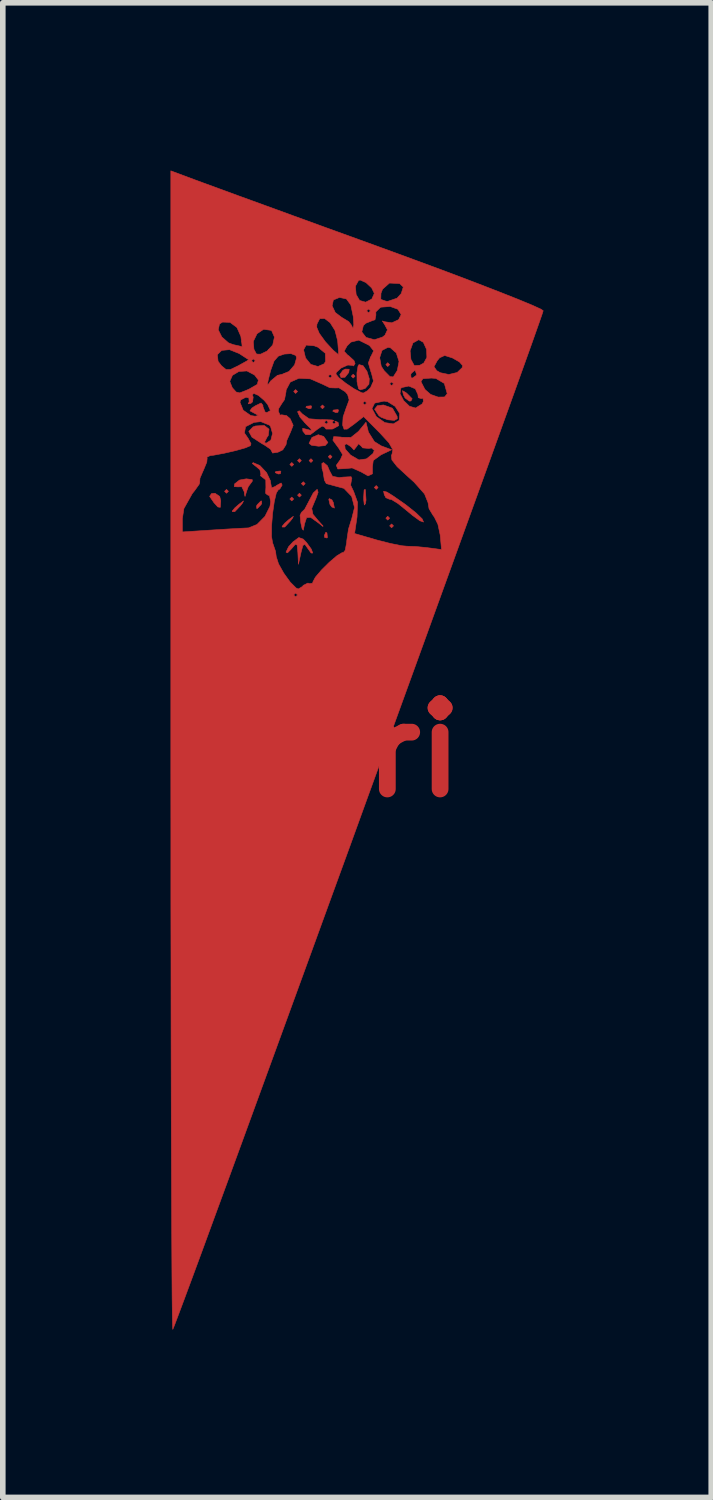
<source format=kicad_pcb>
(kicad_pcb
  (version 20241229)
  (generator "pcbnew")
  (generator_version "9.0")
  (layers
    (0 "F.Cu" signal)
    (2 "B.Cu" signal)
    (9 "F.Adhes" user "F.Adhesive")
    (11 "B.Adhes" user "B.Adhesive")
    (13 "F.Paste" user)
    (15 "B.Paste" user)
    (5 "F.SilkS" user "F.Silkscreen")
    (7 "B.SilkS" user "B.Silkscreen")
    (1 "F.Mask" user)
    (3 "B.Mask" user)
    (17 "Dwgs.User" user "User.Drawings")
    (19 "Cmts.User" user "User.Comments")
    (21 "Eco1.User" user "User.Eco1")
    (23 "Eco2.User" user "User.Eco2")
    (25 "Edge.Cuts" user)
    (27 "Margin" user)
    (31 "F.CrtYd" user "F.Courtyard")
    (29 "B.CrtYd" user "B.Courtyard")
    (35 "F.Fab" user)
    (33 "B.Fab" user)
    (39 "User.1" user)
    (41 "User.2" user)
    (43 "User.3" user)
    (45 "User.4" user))
  (footprint "kiri"
    (layer "F.Cu")
    (at 3.369 10.37)
    (property "Reference" "kiri" (at 0 0 0) (layer "F.Cu") (effects (font (size 1.524 1.524) (thickness 0.3))))
    (attr through_hole)
    (fp_poly (pts (xy -2.334 -4.634) (xy -2.368 -4.599) (xy -2.403 -4.634) (xy -2.368 -4.668) (xy -2.334 -4.634)) (stroke (width 0.01) (type solid)) (fill yes) (layer "F.Cu"))
    (fp_poly (pts (xy -1.167 -5.114) (xy -1.201 -5.08) (xy -1.236 -5.114) (xy -1.201 -5.149) (xy -1.167 -5.114)) (stroke (width 0.01) (type solid)) (fill yes) (layer "F.Cu"))
    (fp_poly (pts (xy -1.167 -4.496) (xy -1.201 -4.462) (xy -1.236 -4.496) (xy -1.201 -4.531) (xy -1.167 -4.496)) (stroke (width 0.01) (type solid)) (fill yes) (layer "F.Cu"))
    (fp_poly (pts (xy -1.098 -6.419) (xy -1.133 -6.384) (xy -1.167 -6.419) (xy -1.133 -6.453) (xy -1.098 -6.419)) (stroke (width 0.01) (type solid)) (fill yes) (layer "F.Cu"))
    (fp_poly (pts (xy -1.03 -5.183) (xy -1.064 -5.149) (xy -1.098 -5.183) (xy -1.064 -5.217) (xy -1.03 -5.183)) (stroke (width 0.01) (type solid)) (fill yes) (layer "F.Cu"))
    (fp_poly (pts (xy -1.03 -4.565) (xy -1.064 -4.531) (xy -1.098 -4.565) (xy -1.064 -4.599) (xy -1.03 -4.565)) (stroke (width 0.01) (type solid)) (fill yes) (layer "F.Cu"))
    (fp_poly (pts (xy -0.961 -4.771) (xy -0.995 -4.737) (xy -1.03 -4.771) (xy -0.995 -4.805) (xy -0.961 -4.771)) (stroke (width 0.01) (type solid)) (fill yes) (layer "F.Cu"))
    (fp_poly (pts (xy -0.824 -5.183) (xy -0.858 -5.149) (xy -0.892 -5.183) (xy -0.858 -5.217) (xy -0.824 -5.183)) (stroke (width 0.01) (type solid)) (fill yes) (layer "F.Cu"))
    (fp_poly (pts (xy -0.618 -6.144) (xy -0.652 -6.11) (xy -0.686 -6.144) (xy -0.652 -6.178) (xy -0.618 -6.144)) (stroke (width 0.01) (type solid)) (fill yes) (layer "F.Cu"))
    (fp_poly (pts (xy -0.481 -5.252) (xy -0.515 -5.217) (xy -0.549 -5.252) (xy -0.515 -5.286) (xy -0.481 -5.252)) (stroke (width 0.01) (type solid)) (fill yes) (layer "F.Cu"))
    (fp_poly (pts (xy -0.069 -6.693) (xy -0.103 -6.659) (xy -0.137 -6.693) (xy -0.103 -6.728) (xy -0.069 -6.693)) (stroke (width 0.01) (type solid)) (fill yes) (layer "F.Cu"))
    (fp_poly (pts (xy 0.343 -4.702) (xy 0.309 -4.668) (xy 0.275 -4.702) (xy 0.309 -4.737) (xy 0.343 -4.702)) (stroke (width 0.01) (type solid)) (fill yes) (layer "F.Cu"))
    (fp_poly (pts (xy 0.549 -6.899) (xy 0.515 -6.865) (xy 0.481 -6.899) (xy 0.515 -6.934) (xy 0.549 -6.899)) (stroke (width 0.01) (type solid)) (fill yes) (layer "F.Cu"))
    (fp_poly (pts (xy 0.549 -4.153) (xy 0.515 -4.119) (xy 0.481 -4.153) (xy 0.515 -4.188) (xy 0.549 -4.153)) (stroke (width 0.01) (type solid)) (fill yes) (layer "F.Cu"))
    (fp_poly (pts (xy 0.618 -4.016) (xy 0.584 -3.982) (xy 0.549 -4.016) (xy 0.584 -4.05) (xy 0.618 -4.016)) (stroke (width 0.01) (type solid)) (fill yes) (layer "F.Cu"))
    (fp_poly (pts (xy -1.396 -4.988) (xy -1.405 -4.948) (xy -1.442 -4.943) (xy -1.498 -4.968) (xy -1.487 -4.988) (xy -1.406 -4.997) (xy -1.396 -4.988)) (stroke (width 0.01) (type solid)) (fill yes) (layer "F.Cu"))
    (fp_poly (pts (xy -0.847 -6.155) (xy -0.856 -6.115) (xy -0.892 -6.11) (xy -0.949 -6.135) (xy -0.938 -6.155) (xy -0.857 -6.164) (xy -0.847 -6.155)) (stroke (width 0.01) (type solid)) (fill yes) (layer "F.Cu"))
    (fp_poly (pts (xy -0.572 -3.89) (xy -0.564 -3.809) (xy -0.572 -3.799) (xy -0.613 -3.808) (xy -0.618 -3.844) (xy -0.593 -3.901) (xy -0.572 -3.89)) (stroke (width 0.01) (type solid)) (fill yes) (layer "F.Cu"))
    (fp_poly (pts (xy -0.366 -6.087) (xy -0.376 -6.046) (xy -0.412 -6.041) (xy -0.468 -6.066) (xy -0.458 -6.087) (xy -0.376 -6.095) (xy -0.366 -6.087)) (stroke (width 0.01) (type solid)) (fill yes) (layer "F.Cu"))
    (fp_poly (pts (xy -0.483 -4.481) (xy -0.457 -4.431) (xy -0.439 -4.334) (xy -0.485 -4.353) (xy -0.518 -4.398) (xy -0.539 -4.488) (xy -0.53 -4.504) (xy -0.483 -4.481)) (stroke (width 0.01) (type solid)) (fill yes) (layer "F.Cu"))
    (fp_poly (pts (xy -0.174 -6.817) (xy -0.182 -6.758) (xy -0.249 -6.674) (xy -0.32 -6.667) (xy -0.343 -6.72) (xy -0.289 -6.796) (xy -0.244 -6.82) (xy -0.174 -6.817)) (stroke (width 0.01) (type solid)) (fill yes) (layer "F.Cu"))
    (fp_poly (pts (xy -2.49 -4.542) (xy -2.471 -4.462) (xy -2.479 -4.347) (xy -2.523 -4.354) (xy -2.591 -4.428) (xy -2.67 -4.543) (xy -2.636 -4.594) (xy -2.574 -4.599) (xy -2.49 -4.542)) (stroke (width 0.01) (type solid)) (fill yes) (layer "F.Cu"))
    (fp_poly (pts (xy -2.081 -4.426) (xy -2.119 -4.376) (xy -2.22 -4.27) (xy -2.264 -4.27) (xy -2.265 -4.282) (xy -2.218 -4.339) (xy -2.145 -4.402) (xy -2.064 -4.462) (xy -2.081 -4.426)) (stroke (width 0.01) (type solid)) (fill yes) (layer "F.Cu"))
    (fp_poly (pts (xy -1.738 -4.418) (xy -1.751 -4.394) (xy -1.815 -4.328) (xy -1.827 -4.325) (xy -1.832 -4.369) (xy -1.819 -4.394) (xy -1.755 -4.459) (xy -1.742 -4.462) (xy -1.738 -4.418)) (stroke (width 0.01) (type solid)) (fill yes) (layer "F.Cu"))
    (fp_poly (pts (xy -1.189 -4.151) (xy -1.227 -4.102) (xy -1.327 -3.995) (xy -1.372 -3.995) (xy -1.373 -4.008) (xy -1.326 -4.065) (xy -1.253 -4.128) (xy -1.172 -4.187) (xy -1.189 -4.151)) (stroke (width 0.01) (type solid)) (fill yes) (layer "F.Cu"))
    (fp_poly (pts (xy -0.63 -5.614) (xy -0.555 -5.506) (xy -0.605 -5.451) (xy -0.721 -5.44) (xy -0.85 -5.458) (xy -0.892 -5.492) (xy -0.84 -5.597) (xy -0.727 -5.646) (xy -0.63 -5.614)) (stroke (width 0.01) (type solid)) (fill yes) (layer "F.Cu"))
    (fp_poly (pts (xy 0.116 -4.651) (xy 0.127 -4.477) (xy 0.116 -4.411) (xy 0.096 -4.389) (xy 0.085 -4.484) (xy 0.085 -4.531) (xy 0.092 -4.656) (xy 0.11 -4.67) (xy 0.116 -4.651)) (stroke (width 0.01) (type solid)) (fill yes) (layer "F.Cu"))
    (fp_poly (pts (xy 0.836 -6.402) (xy 0.857 -6.386) (xy 0.952 -6.289) (xy 0.93 -6.249) (xy 0.9 -6.247) (xy 0.826 -6.302) (xy 0.795 -6.36) (xy 0.778 -6.434) (xy 0.836 -6.402)) (stroke (width 0.01) (type solid)) (fill yes) (layer "F.Cu"))
    (fp_poly (pts (xy 0.599 -6.12) (xy 0.683 -5.974) (xy 0.686 -5.932) (xy 0.633 -5.902) (xy 0.516 -5.913) (xy 0.396 -5.958) (xy 0.357 -5.986) (xy 0.28 -6.102) (xy 0.33 -6.165) (xy 0.439 -6.178) (xy 0.599 -6.12)) (stroke (width 0.01) (type solid)) (fill yes) (layer "F.Cu"))
    (fp_poly (pts (xy 0.073 -6.881) (xy 0.144 -6.779) (xy 0.185 -6.646) (xy 0.179 -6.551) (xy 0.11 -6.472) (xy 0.023 -6.448) (xy -0.008 -6.47) (xy -0.034 -6.594) (xy -0.036 -6.752) (xy -0.016 -6.874) (xy 0.001 -6.9) (xy 0.073 -6.881)) (stroke (width 0.01) (type solid)) (fill yes) (layer "F.Cu"))
    (fp_poly (pts (xy -1.908 -4.843) (xy -1.907 -4.814) (xy -1.979 -4.717) (xy -2.009 -4.634) (xy -2.037 -4.542) (xy -2.048 -4.582) (xy -2.051 -4.624) (xy -2.096 -4.716) (xy -2.159 -4.713) (xy -2.229 -4.717) (xy -2.224 -4.766) (xy -2.136 -4.835) (xy -2.014 -4.857) (xy -1.908 -4.843)) (stroke (width 0.01) (type solid)) (fill yes) (layer "F.Cu"))
    (fp_poly (pts (xy 0.499 -4.621) (xy 0.606 -4.555) (xy 0.833 -4.397) (xy 1.016 -4.252) (xy 1.131 -4.141) (xy 1.155 -4.084) (xy 1.09 -4.107) (xy 0.96 -4.201) (xy 0.857 -4.287) (xy 0.699 -4.415) (xy 0.581 -4.487) (xy 0.543 -4.493) (xy 0.482 -4.519) (xy 0.453 -4.573) (xy 0.441 -4.635) (xy 0.499 -4.621)) (stroke (width 0.01) (type solid)) (fill yes) (layer "F.Cu"))
    (fp_poly (pts (xy -0.996 -3.779) (xy -0.938 -3.719) (xy -0.851 -3.599) (xy -0.826 -3.53) (xy -0.855 -3.53) (xy -0.909 -3.604) (xy -0.968 -3.688) (xy -1.003 -3.664) (xy -1.037 -3.535) (xy -1.082 -3.329) (xy -1.092 -3.535) (xy -1.105 -3.672) (xy -1.137 -3.687) (xy -1.204 -3.608) (xy -1.278 -3.533) (xy -1.304 -3.546) (xy -1.258 -3.643) (xy -1.178 -3.731) (xy -1.075 -3.807) (xy -0.996 -3.779)) (stroke (width 0.01) (type solid)) (fill yes) (layer "F.Cu"))
    (fp_poly (pts (xy -0.73 -4.616) (xy -0.775 -4.49) (xy -0.784 -4.473) (xy -0.844 -4.328) (xy -0.823 -4.224) (xy -0.734 -4.116) (xy -0.642 -4.014) (xy -0.644 -4.004) (xy -0.726 -4.07) (xy -0.864 -4.168) (xy -0.936 -4.163) (xy -0.973 -4.05) (xy -0.976 -4.033) (xy -0.995 -3.938) (xy -1.016 -3.964) (xy -1.039 -4.067) (xy -1.053 -4.203) (xy -1.029 -4.256) (xy -0.97 -4.313) (xy -0.898 -4.45) (xy -0.892 -4.462) (xy -0.817 -4.604) (xy -0.749 -4.668) (xy -0.745 -4.668) (xy -0.73 -4.616)) (stroke (width 0.01) (type solid)) (fill yes) (layer "F.Cu"))
    (fp_poly (pts (xy -1.011 -6.016) (xy -0.891 -5.931) (xy -0.686 -5.915) (xy -0.657 -5.917) (xy -0.478 -5.91) (xy -0.451 -5.899) (xy -0.481 -5.869) (xy -0.446 -5.835) (xy -0.412 -5.869) (xy -0.434 -5.891) (xy -0.373 -5.867) (xy -0.361 -5.808) (xy -0.463 -5.752) (xy -0.478 -5.747) (xy -0.588 -5.747) (xy -0.618 -5.784) (xy -0.659 -5.8) (xy -0.743 -5.743) (xy -0.872 -5.645) (xy -0.954 -5.649) (xy -1.003 -5.71) (xy -1.006 -5.76) (xy -0.921 -5.74) (xy -0.845 -5.718) (xy -0.866 -5.758) (xy -0.944 -5.834) (xy -0.975 -5.869) (xy -0.618 -5.869) (xy -0.584 -5.835) (xy -0.549 -5.869) (xy -0.584 -5.904) (xy -0.618 -5.869) (xy -0.975 -5.869) (xy -1.054 -5.96) (xy -1.098 -6.057) (xy -1.067 -6.074) (xy -1.011 -6.016)) (stroke (width 0.01) (type solid)) (fill yes) (layer "F.Cu"))
    (fp_poly (pts (xy 0.17 -5.692) (xy 0.276 -5.523) (xy 0.399 -5.446) (xy 0.584 -5.377) (xy 0.394 -5.286) (xy 0.256 -5.185) (xy 0.242 -5.074) (xy 0.242 -4.947) (xy 0.163 -4.91) (xy 0.043 -4.978) (xy -0.122 -5.052) (xy -0.237 -5.04) (xy -0.378 -5.033) (xy -0.405 -5.099) (xy -0.331 -5.202) (xy -0.292 -5.291) (xy -0.362 -5.406) (xy -0.365 -5.41) (xy -0.407 -5.467) (xy -0.254 -5.467) (xy -0.246 -5.391) (xy -0.152 -5.284) (xy -0.148 -5.281) (xy -0.000364 -5.195) (xy 0.129 -5.213) (xy 0.144 -5.221) (xy 0.249 -5.307) (xy 0.275 -5.364) (xy 0.225 -5.409) (xy 0.176 -5.4) (xy 0.068 -5.41) (xy 0.039 -5.444) (xy -0.008 -5.484) (xy -0.043 -5.433) (xy -0.09 -5.374) (xy -0.142 -5.431) (xy -0.219 -5.482) (xy -0.254 -5.467) (xy -0.407 -5.467) (xy -0.466 -5.548) (xy -0.451 -5.612) (xy -0.321 -5.604) (xy -0.305 -5.6) (xy -0.142 -5.598) (xy -0.007 -5.706) (xy -0.002 -5.713) (xy 0.126 -5.869) (xy 0.17 -5.692)) (stroke (width 0.01) (type solid)) (fill yes) (layer "F.Cu"))
    (fp_poly (pts (xy -2.935 -10.205) (xy -2.78 -10.148) (xy -2.512 -10.05) (xy -2.147 -9.916) (xy -1.698 -9.753) (xy -1.183 -9.565) (xy -0.617 -9.359) (xy -0.015 -9.141) (xy 0.395 -8.992) (xy 0.993 -8.773) (xy 1.55 -8.567) (xy 2.052 -8.377) (xy 2.487 -8.209) (xy 2.841 -8.069) (xy 3.102 -7.961) (xy 3.257 -7.89) (xy 3.295 -7.863) (xy 3.272 -7.791) (xy 3.205 -7.599) (xy 3.098 -7.296) (xy 2.953 -6.891) (xy 2.774 -6.392) (xy 2.564 -5.809) (xy 2.327 -5.151) (xy 2.065 -4.427) (xy 1.782 -3.645) (xy 1.481 -2.814) (xy 1.166 -1.944) (xy 0.839 -1.043) (xy 0.504 -0.12) (xy 0.163 0.816) (xy -0.178 1.757) (xy -0.519 2.692) (xy -0.854 3.613) (xy -1.182 4.512) (xy -1.498 5.379) (xy -1.8 6.206) (xy -2.084 6.984) (xy -2.347 7.703) (xy -2.586 8.354) (xy -2.797 8.93) (xy -2.978 9.421) (xy -3.125 9.817) (xy -3.235 10.111) (xy -3.304 10.293) (xy -3.329 10.354) (xy -3.333 10.291) (xy -3.337 10.098) (xy -3.341 9.782) (xy -3.344 9.351) (xy -3.347 8.813) (xy -3.35 8.175) (xy -3.353 7.444) (xy -3.356 6.628) (xy -3.358 5.734) (xy -3.36 4.77) (xy -3.361 3.743) (xy -3.363 2.66) (xy -3.363 1.53) (xy -3.364 0.359) (xy -3.364 0.012) (xy -3.364 -2.78) (xy -1.167 -2.78) (xy -1.133 -2.746) (xy -1.098 -2.78) (xy -1.133 -2.815) (xy -1.167 -2.78) (xy -3.364 -2.78) (xy -3.364 -4.145) (xy -3.158 -4.145) (xy -3.158 -3.907) (xy -2.626 -3.942) (xy -2.355 -3.959) (xy -2.128 -3.972) (xy -1.988 -3.979) (xy -1.976 -3.979) (xy -1.823 -4.041) (xy -1.68 -4.186) (xy -1.591 -4.365) (xy -1.579 -4.445) (xy -1.599 -4.555) (xy -1.638 -4.571) (xy -1.67 -4.599) (xy -1.664 -4.705) (xy -1.666 -4.838) (xy -1.712 -4.874) (xy -1.762 -4.913) (xy -1.753 -4.938) (xy -1.771 -5.019) (xy -1.835 -5.074) (xy -1.906 -5.13) (xy -1.893 -5.147) (xy -1.772 -5.095) (xy -1.652 -4.968) (xy -1.583 -4.822) (xy -1.579 -4.786) (xy -1.562 -4.695) (xy -1.492 -4.723) (xy -1.476 -4.737) (xy -1.391 -4.783) (xy -1.373 -4.745) (xy -1.417 -4.672) (xy -1.436 -4.668) (xy -1.477 -4.606) (xy -1.514 -4.449) (xy -1.544 -4.239) (xy -1.562 -4.017) (xy -1.563 -3.825) (xy -1.543 -3.706) (xy -1.539 -3.699) (xy -1.491 -3.559) (xy -1.479 -3.465) (xy -1.438 -3.337) (xy -1.344 -3.169) (xy -1.229 -3.01) (xy -1.124 -2.905) (xy -1.085 -2.887) (xy -1.01 -2.932) (xy -0.995 -2.953) (xy -0.912 -2.993) (xy -0.888 -2.983) (xy -0.828 -2.991) (xy -0.824 -3.013) (xy -0.779 -3.098) (xy -0.669 -3.227) (xy -0.529 -3.366) (xy -0.393 -3.482) (xy -0.298 -3.539) (xy -0.279 -3.538) (xy -0.246 -3.579) (xy -0.22 -3.716) (xy -0.217 -3.756) (xy -0.187 -3.958) (xy -0.138 -4.117) (xy -0.134 -4.124) (xy -0.079 -4.343) (xy -0.13 -4.543) (xy -0.268 -4.686) (xy -0.457 -4.737) (xy -0.584 -4.772) (xy -0.618 -4.834) (xy -0.642 -4.985) (xy -0.66 -5.04) (xy -0.663 -5.132) (xy -0.633 -5.149) (xy -0.564 -5.091) (xy -0.527 -5.003) (xy -0.473 -4.902) (xy -0.356 -4.88) (xy -0.277 -4.888) (xy -0.14 -4.895) (xy -0.126 -4.858) (xy -0.131 -4.853) (xy -0.149 -4.744) (xy -0.094 -4.629) (xy -0.025 -4.438) (xy -0.034 -4.175) (xy -0.078 -3.879) (xy 0.321 -3.763) (xy 0.56 -3.702) (xy 0.762 -3.661) (xy 0.858 -3.652) (xy 1.021 -3.646) (xy 1.227 -3.626) (xy 1.236 -3.624) (xy 1.477 -3.592) (xy 1.453 -3.853) (xy 1.412 -4.044) (xy 1.345 -4.18) (xy 1.332 -4.193) (xy 1.254 -4.322) (xy 1.236 -4.43) (xy 1.173 -4.587) (xy 0.987 -4.797) (xy 0.878 -4.895) (xy 0.684 -5.074) (xy 0.589 -5.195) (xy 0.58 -5.278) (xy 0.591 -5.296) (xy 0.606 -5.378) (xy 0.537 -5.5) (xy 0.373 -5.679) (xy 0.084 -5.97) (xy -0.09 -5.833) (xy -0.211 -5.746) (xy -0.266 -5.745) (xy -0.292 -5.817) (xy -0.283 -5.965) (xy -0.232 -6.113) (xy 0.233 -6.113) (xy 0.311 -5.97) (xy 0.313 -5.968) (xy 0.462 -5.863) (xy 0.615 -5.839) (xy 0.72 -5.902) (xy 0.728 -6.026) (xy 0.647 -6.153) (xy 0.513 -6.237) (xy 0.448 -6.247) (xy 0.281 -6.211) (xy 0.233 -6.113) (xy -0.232 -6.113) (xy -0.229 -6.122) (xy -0.195 -6.213) (xy 0.069 -6.213) (xy 0.103 -6.178) (xy 0.137 -6.213) (xy 0.103 -6.247) (xy 0.069 -6.213) (xy -0.195 -6.213) (xy -0.175 -6.268) (xy -0.203 -6.366) (xy -0.215 -6.379) (xy 0.735 -6.379) (xy 0.799 -6.257) (xy 0.904 -6.155) (xy 1.013 -6.123) (xy 1.013 -6.123) (xy 1.128 -6.195) (xy 1.153 -6.239) (xy 1.146 -6.3) (xy 1.115 -6.292) (xy 1.061 -6.308) (xy 1.055 -6.365) (xy 1.008 -6.467) (xy 0.891 -6.516) (xy 0.769 -6.49) (xy 0.748 -6.474) (xy 0.735 -6.379) (xy -0.215 -6.379) (xy -0.246 -6.415) (xy -0.357 -6.484) (xy -0.42 -6.482) (xy -0.52 -6.486) (xy -0.653 -6.55) (xy -0.87 -6.645) (xy -1.074 -6.655) (xy -1.229 -6.586) (xy -1.302 -6.447) (xy -1.304 -6.415) (xy -1.331 -6.273) (xy -1.373 -6.213) (xy -1.435 -6.114) (xy -1.442 -6.067) (xy -1.411 -5.997) (xy -1.381 -6.002) (xy -1.294 -5.988) (xy -1.23 -5.932) (xy -1.176 -5.814) (xy -1.223 -5.693) (xy -1.289 -5.546) (xy -1.304 -5.467) (xy -1.362 -5.375) (xy -1.448 -5.333) (xy -1.545 -5.318) (xy -1.553 -5.335) (xy -1.581 -5.387) (xy -1.699 -5.467) (xy -1.731 -5.484) (xy -1.914 -5.603) (xy -1.97 -5.706) (xy -1.895 -5.785) (xy -1.85 -5.802) (xy -1.694 -5.812) (xy -1.608 -5.745) (xy -1.621 -5.632) (xy -1.645 -5.598) (xy -1.688 -5.513) (xy -1.663 -5.492) (xy -1.576 -5.547) (xy -1.545 -5.668) (xy -1.581 -5.795) (xy -1.6 -5.817) (xy -1.755 -5.88) (xy -1.877 -5.866) (xy -2.027 -5.79) (xy -2.048 -5.677) (xy -1.978 -5.575) (xy -1.93 -5.484) (xy -1.941 -5.45) (xy -2.028 -5.412) (xy -2.2 -5.363) (xy -2.408 -5.315) (xy -2.601 -5.279) (xy -2.66 -5.272) (xy -2.72 -5.245) (xy -2.714 -5.231) (xy -2.721 -5.156) (xy -2.779 -5.015) (xy -2.785 -5.003) (xy -2.843 -4.869) (xy -2.848 -4.806) (xy -2.845 -4.805) (xy -2.857 -4.76) (xy -2.939 -4.645) (xy -2.98 -4.594) (xy -3.13 -4.326) (xy -3.158 -4.145) (xy -3.364 -4.145) (xy -3.364 -6.226) (xy -2.128 -6.226) (xy -2.07 -6.084) (xy -1.935 -5.989) (xy -1.857 -5.977) (xy -1.796 -5.99) (xy -1.862 -6.026) (xy -1.87 -6.03) (xy -1.949 -6.073) (xy -1.914 -6.123) (xy -1.853 -6.163) (xy -1.75 -6.213) (xy -1.717 -6.172) (xy -1.716 -6.145) (xy -1.679 -6.053) (xy -1.648 -6.041) (xy -1.583 -6.078) (xy -1.633 -6.187) (xy -1.693 -6.259) (xy -1.796 -6.348) (xy -1.88 -6.385) (xy -1.908 -6.358) (xy -1.891 -6.32) (xy -1.902 -6.234) (xy -1.932 -6.207) (xy -1.98 -6.198) (xy -1.963 -6.236) (xy -1.969 -6.304) (xy -2.021 -6.316) (xy -2.115 -6.269) (xy -2.128 -6.226) (xy -3.364 -6.226) (xy -3.364 -6.6) (xy -2.31 -6.6) (xy -2.265 -6.487) (xy -2.195 -6.409) (xy -2.131 -6.394) (xy -2.016 -6.439) (xy -1.96 -6.464) (xy -1.842 -6.532) (xy -1.639 -6.532) (xy -1.606 -6.565) (xy -1.579 -6.607) (xy -1.475 -6.693) (xy -0.549 -6.693) (xy -0.515 -6.659) (xy -0.481 -6.693) (xy -0.515 -6.728) (xy -0.549 -6.693) (xy -1.475 -6.693) (xy -1.457 -6.707) (xy -1.372 -6.728) (xy -1.363 -6.731) (xy -0.412 -6.731) (xy -0.36 -6.666) (xy -0.235 -6.567) (xy -0.086 -6.467) (xy 0.042 -6.4) (xy 0.077 -6.39) (xy 0.151 -6.431) (xy 0.208 -6.489) (xy 0.238 -6.556) (xy 0.549 -6.556) (xy 0.584 -6.522) (xy 0.618 -6.556) (xy 0.584 -6.59) (xy 0.549 -6.556) (xy 0.238 -6.556) (xy 0.256 -6.595) (xy 1.109 -6.595) (xy 1.175 -6.466) (xy 1.184 -6.452) (xy 1.283 -6.366) (xy 1.416 -6.319) (xy 1.532 -6.321) (xy 1.579 -6.379) (xy 1.527 -6.563) (xy 1.377 -6.652) (xy 1.297 -6.659) (xy 1.144 -6.648) (xy 1.109 -6.595) (xy 0.256 -6.595) (xy 0.26 -6.604) (xy 0.222 -6.754) (xy 0.214 -6.772) (xy 0.168 -6.929) (xy 0.204 -7.024) (xy 0.371 -7.024) (xy 0.399 -6.87) (xy 0.451 -6.791) (xy 0.555 -6.685) (xy 0.614 -6.68) (xy 0.644 -6.728) (xy 0.927 -6.728) (xy 0.932 -6.664) (xy 0.957 -6.659) (xy 1.027 -6.709) (xy 1.03 -6.728) (xy 1.006 -6.794) (xy 0.999 -6.796) (xy 0.941 -6.748) (xy 0.927 -6.728) (xy 0.644 -6.728) (xy 0.677 -6.779) (xy 0.686 -6.796) (xy 0.699 -6.862) (xy 1.342 -6.862) (xy 1.392 -6.791) (xy 1.454 -6.755) (xy 1.608 -6.723) (xy 1.757 -6.759) (xy 1.847 -6.846) (xy 1.854 -6.883) (xy 1.798 -6.947) (xy 1.674 -7.018) (xy 1.533 -7.063) (xy 1.442 -7.021) (xy 1.399 -6.968) (xy 1.342 -6.862) (xy 0.699 -6.862) (xy 0.717 -6.956) (xy 0.668 -7.109) (xy 0.625 -7.146) (xy 0.915 -7.146) (xy 0.93 -6.992) (xy 0.99 -6.882) (xy 1.088 -6.888) (xy 1.159 -6.927) (xy 1.215 -7.028) (xy 1.209 -7.172) (xy 1.152 -7.298) (xy 1.07 -7.345) (xy 0.966 -7.287) (xy 0.915 -7.146) (xy 0.625 -7.146) (xy 0.562 -7.201) (xy 0.517 -7.208) (xy 0.413 -7.154) (xy 0.371 -7.024) (xy 0.204 -7.024) (xy 0.211 -7.043) (xy 0.218 -7.052) (xy 0.263 -7.146) (xy 0.195 -7.233) (xy 0.173 -7.25) (xy -0.003 -7.337) (xy -0.143 -7.302) (xy -0.211 -7.236) (xy -0.265 -7.139) (xy -0.202 -7.07) (xy -0.186 -7.061) (xy -0.088 -6.971) (xy -0.069 -6.919) (xy -0.096 -6.875) (xy -0.112 -6.885) (xy -0.199 -6.892) (xy -0.318 -6.839) (xy -0.403 -6.761) (xy -0.412 -6.731) (xy -1.363 -6.731) (xy -1.25 -6.778) (xy -1.151 -6.894) (xy -1.115 -7.02) (xy -1.128 -7.063) (xy -1.215 -7.096) (xy -1.335 -7.088) (xy -1.443 -7.05) (xy -1.518 -6.963) (xy -1.579 -6.795) (xy -1.622 -6.625) (xy -1.639 -6.532) (xy -1.842 -6.532) (xy -1.818 -6.546) (xy -1.798 -6.624) (xy -1.867 -6.714) (xy -2.003 -6.786) (xy -2.147 -6.777) (xy -2.262 -6.708) (xy -2.31 -6.6) (xy -3.364 -6.6) (xy -3.364 -7.078) (xy -2.532 -7.078) (xy -2.519 -6.959) (xy -2.458 -6.879) (xy -2.378 -6.813) (xy -2.296 -6.813) (xy -2.157 -6.88) (xy -2.134 -6.893) (xy -1.999 -6.968) (xy -1.922 -6.968) (xy -1.888 -6.934) (xy -1.854 -6.968) (xy -1.888 -7.002) (xy -1.922 -6.968) (xy -1.999 -6.968) (xy -1.969 -6.985) (xy -2.142 -7.098) (xy -2.315 -7.167) (xy -2.454 -7.154) (xy -2.532 -7.078) (xy -3.364 -7.078) (xy -3.364 -7.522) (xy -2.516 -7.522) (xy -2.452 -7.394) (xy -2.333 -7.289) (xy -2.248 -7.257) (xy -2.126 -7.23) (xy -2.089 -7.217) (xy -2.093 -7.269) (xy -2.1 -7.314) (xy -1.889 -7.314) (xy -1.878 -7.174) (xy -1.832 -7.088) (xy -1.759 -7.086) (xy -1.643 -7.142) (xy -1.621 -7.165) (xy -0.99 -7.165) (xy -0.955 -7.019) (xy -0.862 -6.904) (xy -0.733 -6.866) (xy -0.623 -6.914) (xy -0.597 -6.957) (xy -0.601 -7.102) (xy -0.734 -7.211) (xy -0.801 -7.236) (xy -0.944 -7.249) (xy -0.99 -7.165) (xy -1.621 -7.165) (xy -1.542 -7.25) (xy -1.511 -7.392) (xy -1.56 -7.504) (xy -1.573 -7.513) (xy -1.705 -7.531) (xy -1.822 -7.452) (xy -1.889 -7.314) (xy -2.1 -7.314) (xy -2.112 -7.407) (xy -2.113 -7.408) (xy -2.181 -7.562) (xy -2.187 -7.567) (xy -0.755 -7.567) (xy -0.71 -7.46) (xy -0.599 -7.307) (xy -0.46 -7.157) (xy -0.367 -7.078) (xy -0.366 -7.134) (xy -0.377 -7.28) (xy -0.381 -7.326) (xy -0.421 -7.484) (xy 0.051 -7.484) (xy 0.127 -7.386) (xy 0.275 -7.345) (xy 0.419 -7.391) (xy 0.465 -7.426) (xy 0.51 -7.522) (xy 0.462 -7.611) (xy 0.418 -7.68) (xy 0.457 -7.667) (xy 0.588 -7.647) (xy 0.709 -7.703) (xy 0.755 -7.794) (xy 0.697 -7.889) (xy 0.559 -7.939) (xy 0.398 -7.927) (xy 0.383 -7.922) (xy 0.302 -7.842) (xy 0.303 -7.783) (xy 0.287 -7.701) (xy 0.247 -7.689) (xy 0.125 -7.64) (xy 0.079 -7.598) (xy 0.051 -7.484) (xy -0.421 -7.484) (xy -0.428 -7.51) (xy -0.514 -7.648) (xy -0.613 -7.724) (xy -0.701 -7.722) (xy -0.751 -7.625) (xy -0.755 -7.567) (xy -2.187 -7.567) (xy -2.305 -7.655) (xy -2.44 -7.66) (xy -2.494 -7.625) (xy -2.516 -7.522) (xy -3.364 -7.522) (xy -3.364 -7.952) (xy -0.48 -7.952) (xy -0.423 -7.831) (xy -0.309 -7.745) (xy -0.183 -7.669) (xy -0.137 -7.609) (xy -0.109 -7.552) (xy -0.106 -7.551) (xy -0.092 -7.61) (xy -0.101 -7.753) (xy -0.101 -7.755) (xy -0.123 -7.86) (xy 0.137 -7.86) (xy 0.172 -7.826) (xy 0.206 -7.86) (xy 0.172 -7.895) (xy 0.137 -7.86) (xy -0.123 -7.86) (xy -0.146 -7.968) (xy -0.224 -8.074) (xy -0.347 -8.101) (xy -0.457 -8.056) (xy -0.48 -7.952) (xy -3.364 -7.952) (xy -3.364 -8.302) (xy -0.063 -8.302) (xy -0.05 -8.153) (xy 0.012 -8.047) (xy 0.12 -8.016) (xy 0.218 -8.066) (xy 0.391 -8.066) (xy 0.486 -8.033) (xy 0.519 -8.032) (xy 0.682 -8.088) (xy 0.756 -8.17) (xy 0.793 -8.287) (xy 0.73 -8.347) (xy 0.724 -8.349) (xy 0.546 -8.358) (xy 0.422 -8.248) (xy 0.394 -8.175) (xy 0.391 -8.066) (xy 0.218 -8.066) (xy 0.23 -8.072) (xy 0.275 -8.173) (xy 0.228 -8.271) (xy 0.126 -8.366) (xy 0.023 -8.412) (xy -0.006 -8.406) (xy -0.063 -8.302) (xy -3.364 -8.302) (xy -3.364 -10.365) (xy -2.935 -10.205)) (stroke (width 0.01) (type solid)) (fill yes) (layer "F.Cu")))
  (gr_rect
    (start -3 -3)
    (end 9.669 23.729)
    (stroke (width 0.1) (type default))
    (fill no)
    (layer "Edge.Cuts")))
</source>
